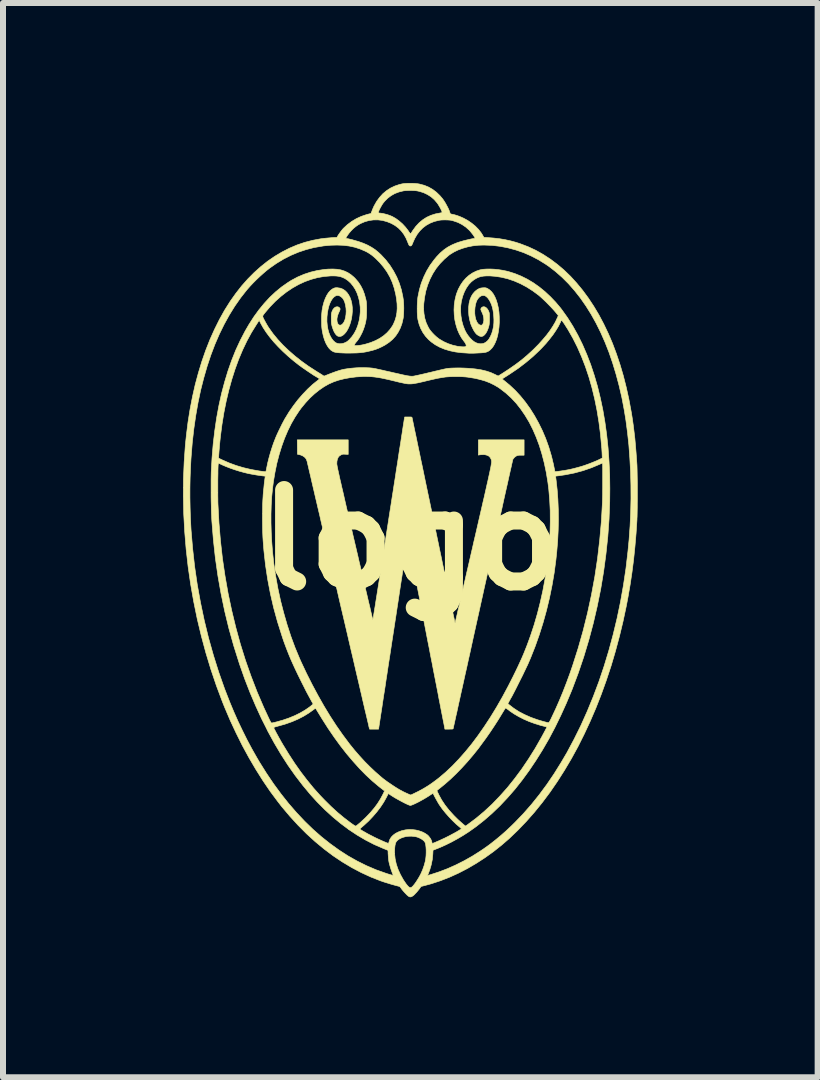
<source format=kicad_pcb>
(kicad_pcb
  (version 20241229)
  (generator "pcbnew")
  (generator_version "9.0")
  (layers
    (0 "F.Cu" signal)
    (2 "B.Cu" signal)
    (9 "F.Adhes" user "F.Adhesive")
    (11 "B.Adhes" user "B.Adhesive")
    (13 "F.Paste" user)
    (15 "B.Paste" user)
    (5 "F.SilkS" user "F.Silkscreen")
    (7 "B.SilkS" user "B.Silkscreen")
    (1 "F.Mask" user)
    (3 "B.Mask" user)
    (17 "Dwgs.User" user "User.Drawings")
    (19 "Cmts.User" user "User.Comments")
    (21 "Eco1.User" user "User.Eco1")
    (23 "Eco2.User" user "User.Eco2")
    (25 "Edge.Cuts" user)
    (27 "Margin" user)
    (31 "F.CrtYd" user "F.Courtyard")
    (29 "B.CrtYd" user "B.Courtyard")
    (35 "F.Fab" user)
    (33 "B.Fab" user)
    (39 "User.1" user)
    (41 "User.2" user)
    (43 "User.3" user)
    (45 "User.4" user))
  (footprint "logo"
    (layer "F.Cu")
    (at 3.789 5.951)
    (property "Reference" "logo" (at 0 0 0) (layer "F.SilkS") (effects (font (size 1.524 1.524) (thickness 0.3))))
    (attr through_hole)
    (fp_poly (pts (xy -0.01 -2.052) (xy 0.008 -2.052) (xy 0.019 -2.05) (xy 0.024 -2.048) (xy 0.027 -2.044) (xy 0.027 -2.043) (xy 0.029 -2.038) (xy 0.032 -2.023) (xy 0.037 -1.998) (xy 0.044 -1.965) (xy 0.053 -1.923) (xy 0.063 -1.873) (xy 0.075 -1.816) (xy 0.089 -1.751) (xy 0.104 -1.679) (xy 0.12 -1.6) (xy 0.138 -1.515) (xy 0.157 -1.424) (xy 0.177 -1.327) (xy 0.199 -1.225) (xy 0.221 -1.119) (xy 0.244 -1.007) (xy 0.268 -0.892) (xy 0.293 -0.773) (xy 0.319 -0.65) (xy 0.345 -0.525) (xy 0.372 -0.397) (xy 0.384 -0.34) (xy 0.411 -0.211) (xy 0.437 -0.084) (xy 0.463 0.04) (xy 0.488 0.161) (xy 0.513 0.278) (xy 0.536 0.391) (xy 0.559 0.5) (xy 0.581 0.604) (xy 0.602 0.704) (xy 0.621 0.797) (xy 0.64 0.885) (xy 0.657 0.967) (xy 0.673 1.043) (xy 0.687 1.111) (xy 0.7 1.172) (xy 0.711 1.226) (xy 0.721 1.272) (xy 0.729 1.309) (xy 0.735 1.338) (xy 0.739 1.357) (xy 0.741 1.368) (xy 0.741 1.369) (xy 0.744 1.377) (xy 0.745 1.379) (xy 0.748 1.372) (xy 0.751 1.359) (xy 0.752 1.352) (xy 0.756 1.335) (xy 0.762 1.31) (xy 0.77 1.275) (xy 0.78 1.233) (xy 0.791 1.182) (xy 0.805 1.125) (xy 0.82 1.06) (xy 0.836 0.989) (xy 0.854 0.912) (xy 0.873 0.829) (xy 0.893 0.741) (xy 0.915 0.648) (xy 0.937 0.55) (xy 0.961 0.449) (xy 0.985 0.344) (xy 1.01 0.235) (xy 1.036 0.124) (xy 1.054 0.043) (xy 1.086 -0.093) (xy 1.115 -0.219) (xy 1.142 -0.337) (xy 1.167 -0.445) (xy 1.19 -0.545) (xy 1.211 -0.637) (xy 1.231 -0.721) (xy 1.248 -0.798) (xy 1.264 -0.868) (xy 1.278 -0.931) (xy 1.291 -0.987) (xy 1.302 -1.038) (xy 1.312 -1.084) (xy 1.321 -1.124) (xy 1.328 -1.159) (xy 1.335 -1.19) (xy 1.34 -1.216) (xy 1.344 -1.239) (xy 1.347 -1.258) (xy 1.35 -1.275) (xy 1.352 -1.288) (xy 1.353 -1.299) (xy 1.353 -1.309) (xy 1.353 -1.316) (xy 1.352 -1.323) (xy 1.351 -1.328) (xy 1.35 -1.333) (xy 1.349 -1.338) (xy 1.347 -1.343) (xy 1.347 -1.344) (xy 1.332 -1.374) (xy 1.31 -1.398) (xy 1.28 -1.414) (xy 1.244 -1.423) (xy 1.217 -1.425) (xy 1.194 -1.424) (xy 1.172 -1.423) (xy 1.155 -1.421) (xy 1.154 -1.421) (xy 1.133 -1.417) (xy 1.133 -1.671) (xy 1.895 -1.671) (xy 1.895 -1.543) (xy 1.895 -1.415) (xy 1.843 -1.415) (xy 1.818 -1.415) (xy 1.801 -1.413) (xy 1.787 -1.411) (xy 1.775 -1.406) (xy 1.764 -1.401) (xy 1.735 -1.38) (xy 1.712 -1.351) (xy 1.707 -1.343) (xy 1.706 -1.337) (xy 1.702 -1.322) (xy 1.697 -1.297) (xy 1.689 -1.264) (xy 1.68 -1.221) (xy 1.668 -1.171) (xy 1.655 -1.112) (xy 1.64 -1.046) (xy 1.624 -0.972) (xy 1.606 -0.892) (xy 1.586 -0.804) (xy 1.565 -0.71) (xy 1.543 -0.61) (xy 1.52 -0.504) (xy 1.495 -0.393) (xy 1.469 -0.276) (xy 1.442 -0.154) (xy 1.414 -0.028) (xy 1.385 0.102) (xy 1.355 0.236) (xy 1.325 0.374) (xy 1.294 0.515) (xy 1.262 0.659) (xy 1.229 0.806) (xy 1.209 0.898) (xy 1.176 1.046) (xy 1.144 1.192) (xy 1.112 1.335) (xy 1.081 1.475) (xy 1.051 1.611) (xy 1.022 1.744) (xy 0.994 1.873) (xy 0.966 1.997) (xy 0.94 2.117) (xy 0.914 2.231) (xy 0.89 2.341) (xy 0.867 2.445) (xy 0.845 2.542) (xy 0.825 2.634) (xy 0.806 2.719) (xy 0.789 2.797) (xy 0.774 2.868) (xy 0.759 2.931) (xy 0.747 2.987) (xy 0.737 3.034) (xy 0.728 3.073) (xy 0.721 3.103) (xy 0.717 3.124) (xy 0.714 3.136) (xy 0.714 3.138) (xy 0.712 3.143) (xy 0.709 3.146) (xy 0.703 3.148) (xy 0.692 3.149) (xy 0.674 3.149) (xy 0.648 3.15) (xy 0.643 3.15) (xy 0.575 3.15) (xy 0.567 3.108) (xy 0.566 3.099) (xy 0.562 3.081) (xy 0.557 3.054) (xy 0.55 3.019) (xy 0.541 2.974) (xy 0.531 2.922) (xy 0.519 2.862) (xy 0.506 2.795) (xy 0.492 2.721) (xy 0.476 2.641) (xy 0.46 2.554) (xy 0.442 2.462) (xy 0.423 2.365) (xy 0.403 2.263) (xy 0.382 2.156) (xy 0.361 2.045) (xy 0.338 1.931) (xy 0.316 1.813) (xy 0.292 1.693) (xy 0.268 1.569) (xy 0.259 1.522) (xy 0.235 1.398) (xy 0.211 1.277) (xy 0.188 1.159) (xy 0.166 1.045) (xy 0.145 0.934) (xy 0.124 0.827) (xy 0.104 0.725) (xy 0.085 0.628) (xy 0.067 0.535) (xy 0.05 0.449) (xy 0.034 0.368) (xy 0.02 0.294) (xy 0.007 0.227) (xy -0.005 0.167) (xy -0.016 0.114) (xy -0.024 0.069) (xy -0.032 0.033) (xy -0.037 0.005) (xy -0.041 -0.014) (xy -0.043 -0.023) (xy -0.043 -0.024) (xy -0.043 -0.025) (xy -0.043 -0.026) (xy -0.043 -0.028) (xy -0.043 -0.029) (xy -0.043 -0.03) (xy -0.043 -0.03) (xy -0.044 -0.028) (xy -0.044 -0.026) (xy -0.045 -0.021) (xy -0.046 -0.014) (xy -0.048 -0.005) (xy -0.05 0.007) (xy -0.052 0.022) (xy -0.055 0.041) (xy -0.059 0.064) (xy -0.063 0.091) (xy -0.068 0.123) (xy -0.073 0.16) (xy -0.08 0.202) (xy -0.087 0.25) (xy -0.095 0.304) (xy -0.105 0.364) (xy -0.115 0.43) (xy -0.126 0.504) (xy -0.138 0.586) (xy -0.152 0.674) (xy -0.167 0.771) (xy -0.183 0.877) (xy -0.2 0.991) (xy -0.219 1.114) (xy -0.239 1.247) (xy -0.254 1.344) (xy -0.272 1.462) (xy -0.29 1.579) (xy -0.308 1.695) (xy -0.325 1.808) (xy -0.342 1.92) (xy -0.359 2.028) (xy -0.375 2.132) (xy -0.39 2.233) (xy -0.405 2.329) (xy -0.418 2.419) (xy -0.431 2.504) (xy -0.444 2.583) (xy -0.455 2.656) (xy -0.465 2.721) (xy -0.473 2.778) (xy -0.481 2.828) (xy -0.487 2.868) (xy -0.492 2.899) (xy -0.494 2.912) (xy -0.53 3.15) (xy -0.68 3.15) (xy -0.685 3.131) (xy -0.687 3.124) (xy -0.691 3.109) (xy -0.696 3.084) (xy -0.704 3.05) (xy -0.714 3.007) (xy -0.726 2.956) (xy -0.74 2.897) (xy -0.756 2.831) (xy -0.773 2.757) (xy -0.792 2.676) (xy -0.812 2.588) (xy -0.834 2.494) (xy -0.857 2.394) (xy -0.882 2.288) (xy -0.908 2.177) (xy -0.935 2.06) (xy -0.963 1.939) (xy -0.993 1.813) (xy -1.023 1.683) (xy -1.054 1.549) (xy -1.086 1.412) (xy -1.119 1.271) (xy -1.153 1.127) (xy -1.187 0.981) (xy -1.204 0.907) (xy -1.238 0.759) (xy -1.272 0.614) (xy -1.305 0.472) (xy -1.338 0.333) (xy -1.369 0.197) (xy -1.4 0.065) (xy -1.43 -0.063) (xy -1.459 -0.187) (xy -1.487 -0.306) (xy -1.513 -0.421) (xy -1.539 -0.53) (xy -1.563 -0.633) (xy -1.586 -0.731) (xy -1.607 -0.822) (xy -1.627 -0.907) (xy -1.645 -0.984) (xy -1.661 -1.055) (xy -1.676 -1.118) (xy -1.689 -1.173) (xy -1.7 -1.221) (xy -1.709 -1.259) (xy -1.716 -1.289) (xy -1.721 -1.31) (xy -1.724 -1.321) (xy -1.725 -1.323) (xy -1.738 -1.354) (xy -1.761 -1.381) (xy -1.791 -1.402) (xy -1.827 -1.418) (xy -1.85 -1.424) (xy -1.882 -1.431) (xy -1.885 -1.671) (xy -1.036 -1.671) (xy -1.036 -1.428) (xy -1.081 -1.431) (xy -1.104 -1.432) (xy -1.12 -1.432) (xy -1.133 -1.43) (xy -1.146 -1.425) (xy -1.154 -1.421) (xy -1.182 -1.404) (xy -1.202 -1.381) (xy -1.216 -1.35) (xy -1.224 -1.313) (xy -1.226 -1.28) (xy -1.226 -1.275) (xy -1.226 -1.269) (xy -1.225 -1.262) (xy -1.224 -1.254) (xy -1.222 -1.244) (xy -1.22 -1.231) (xy -1.217 -1.216) (xy -1.213 -1.197) (xy -1.209 -1.175) (xy -1.203 -1.15) (xy -1.197 -1.12) (xy -1.189 -1.086) (xy -1.181 -1.047) (xy -1.171 -1.003) (xy -1.159 -0.954) (xy -1.147 -0.898) (xy -1.132 -0.836) (xy -1.116 -0.768) (xy -1.099 -0.692) (xy -1.08 -0.609) (xy -1.059 -0.518) (xy -1.036 -0.419) (xy -1.01 -0.312) (xy -0.983 -0.196) (xy -0.954 -0.07) (xy -0.928 0.041) (xy -0.902 0.152) (xy -0.876 0.262) (xy -0.852 0.368) (xy -0.827 0.471) (xy -0.804 0.57) (xy -0.782 0.665) (xy -0.761 0.756) (xy -0.741 0.841) (xy -0.722 0.921) (xy -0.705 0.995) (xy -0.689 1.062) (xy -0.674 1.123) (xy -0.662 1.177) (xy -0.651 1.223) (xy -0.642 1.262) (xy -0.635 1.292) (xy -0.63 1.313) (xy -0.627 1.325) (xy -0.626 1.328) (xy -0.625 1.323) (xy -0.622 1.309) (xy -0.618 1.286) (xy -0.613 1.253) (xy -0.606 1.212) (xy -0.598 1.162) (xy -0.588 1.103) (xy -0.578 1.037) (xy -0.566 0.963) (xy -0.553 0.881) (xy -0.539 0.792) (xy -0.524 0.697) (xy -0.508 0.594) (xy -0.491 0.486) (xy -0.473 0.371) (xy -0.454 0.25) (xy -0.434 0.124) (xy -0.414 -0.007) (xy -0.393 -0.143) (xy -0.371 -0.283) (xy -0.364 -0.329) (xy -0.344 -0.458) (xy -0.324 -0.584) (xy -0.305 -0.708) (xy -0.286 -0.828) (xy -0.268 -0.945) (xy -0.25 -1.058) (xy -0.234 -1.167) (xy -0.217 -1.271) (xy -0.202 -1.37) (xy -0.188 -1.463) (xy -0.174 -1.551) (xy -0.161 -1.632) (xy -0.15 -1.707) (xy -0.139 -1.775) (xy -0.13 -1.835) (xy -0.122 -1.888) (xy -0.115 -1.933) (xy -0.109 -1.969) (xy -0.105 -1.996) (xy -0.102 -2.014) (xy -0.1 -2.023) (xy -0.1 -2.023) (xy -0.095 -2.052) (xy -0.035 -2.052) (xy -0.01 -2.052)) (stroke (width 0.01) (type solid)) (fill yes) (layer "F.SilkS"))
    (fp_poly (pts (xy 0.027 -5.946) (xy 0.072 -5.944) (xy 0.114 -5.94) (xy 0.148 -5.935) (xy 0.151 -5.934) (xy 0.231 -5.913) (xy 0.304 -5.883) (xy 0.372 -5.844) (xy 0.434 -5.797) (xy 0.492 -5.741) (xy 0.539 -5.685) (xy 0.561 -5.653) (xy 0.584 -5.616) (xy 0.606 -5.576) (xy 0.627 -5.536) (xy 0.644 -5.499) (xy 0.654 -5.47) (xy 0.66 -5.454) (xy 0.664 -5.442) (xy 0.666 -5.438) (xy 0.672 -5.436) (xy 0.685 -5.433) (xy 0.699 -5.43) (xy 0.739 -5.421) (xy 0.785 -5.407) (xy 0.832 -5.389) (xy 0.877 -5.369) (xy 0.882 -5.367) (xy 0.954 -5.328) (xy 1.021 -5.282) (xy 1.082 -5.232) (xy 1.136 -5.177) (xy 1.181 -5.119) (xy 1.202 -5.085) (xy 1.225 -5.045) (xy 1.279 -5.042) (xy 1.386 -5.034) (xy 1.484 -5.023) (xy 1.578 -5.007) (xy 1.669 -4.987) (xy 1.758 -4.963) (xy 1.831 -4.939) (xy 1.962 -4.889) (xy 2.089 -4.83) (xy 2.212 -4.761) (xy 2.332 -4.683) (xy 2.448 -4.596) (xy 2.56 -4.501) (xy 2.668 -4.397) (xy 2.771 -4.284) (xy 2.87 -4.164) (xy 2.965 -4.035) (xy 3.055 -3.899) (xy 3.141 -3.755) (xy 3.221 -3.604) (xy 3.297 -3.445) (xy 3.368 -3.279) (xy 3.433 -3.106) (xy 3.493 -2.927) (xy 3.548 -2.741) (xy 3.597 -2.548) (xy 3.641 -2.349) (xy 3.679 -2.144) (xy 3.683 -2.123) (xy 3.7 -2.016) (xy 3.715 -1.91) (xy 3.728 -1.803) (xy 3.741 -1.693) (xy 3.751 -1.58) (xy 3.761 -1.46) (xy 3.77 -1.334) (xy 3.776 -1.25) (xy 3.777 -1.218) (xy 3.778 -1.177) (xy 3.779 -1.129) (xy 3.78 -1.074) (xy 3.781 -1.014) (xy 3.782 -0.95) (xy 3.782 -0.883) (xy 3.782 -0.814) (xy 3.782 -0.745) (xy 3.782 -0.677) (xy 3.781 -0.61) (xy 3.781 -0.547) (xy 3.78 -0.489) (xy 3.779 -0.436) (xy 3.778 -0.39) (xy 3.776 -0.353) (xy 3.776 -0.338) (xy 3.761 -0.11) (xy 3.742 0.111) (xy 3.72 0.325) (xy 3.693 0.536) (xy 3.662 0.744) (xy 3.626 0.953) (xy 3.599 1.095) (xy 3.544 1.353) (xy 3.483 1.606) (xy 3.416 1.855) (xy 3.344 2.098) (xy 3.265 2.337) (xy 3.181 2.57) (xy 3.092 2.797) (xy 2.997 3.018) (xy 2.897 3.233) (xy 2.793 3.441) (xy 2.683 3.642) (xy 2.568 3.836) (xy 2.449 4.023) (xy 2.326 4.202) (xy 2.198 4.373) (xy 2.066 4.536) (xy 1.93 4.69) (xy 1.79 4.836) (xy 1.647 4.973) (xy 1.52 5.083) (xy 1.383 5.192) (xy 1.242 5.293) (xy 1.097 5.387) (xy 0.95 5.473) (xy 0.801 5.55) (xy 0.651 5.618) (xy 0.499 5.677) (xy 0.348 5.727) (xy 0.241 5.756) (xy 0.177 5.772) (xy 0.162 5.795) (xy 0.145 5.818) (xy 0.124 5.844) (xy 0.103 5.869) (xy 0.081 5.892) (xy 0.062 5.912) (xy 0.047 5.925) (xy 0.046 5.925) (xy 0.024 5.94) (xy 0.005 5.946) (xy -0.012 5.945) (xy -0.026 5.939) (xy -0.039 5.929) (xy -0.057 5.914) (xy -0.077 5.893) (xy -0.099 5.87) (xy -0.12 5.846) (xy -0.14 5.822) (xy -0.15 5.808) (xy -0.163 5.79) (xy -0.172 5.779) (xy -0.181 5.773) (xy -0.192 5.769) (xy -0.203 5.766) (xy -0.228 5.76) (xy -0.26 5.751) (xy -0.297 5.741) (xy -0.338 5.729) (xy -0.379 5.716) (xy -0.419 5.704) (xy -0.456 5.692) (xy -0.487 5.681) (xy -0.492 5.68) (xy -0.657 5.615) (xy -0.82 5.54) (xy -0.979 5.456) (xy -1.136 5.362) (xy -1.29 5.259) (xy -1.44 5.146) (xy -1.587 5.024) (xy -1.732 4.892) (xy -1.873 4.75) (xy -2.01 4.6) (xy -2.145 4.44) (xy -2.21 4.356) (xy -2.336 4.187) (xy -2.457 4.009) (xy -2.575 3.822) (xy -2.689 3.628) (xy -2.799 3.426) (xy -2.903 3.217) (xy -3.003 3.003) (xy -3.097 2.782) (xy -3.132 2.695) (xy -3.232 2.428) (xy -3.324 2.156) (xy -3.408 1.879) (xy -3.484 1.597) (xy -3.552 1.313) (xy -3.611 1.025) (xy -3.662 0.735) (xy -3.704 0.444) (xy -3.737 0.151) (xy -3.761 -0.141) (xy -3.777 -0.433) (xy -3.783 -0.706) (xy -3.674 -0.706) (xy -3.671 -0.541) (xy -3.666 -0.379) (xy -3.658 -0.222) (xy -3.655 -0.168) (xy -3.629 0.139) (xy -3.595 0.444) (xy -3.551 0.745) (xy -3.497 1.044) (xy -3.435 1.339) (xy -3.364 1.63) (xy -3.283 1.918) (xy -3.194 2.201) (xy -3.096 2.479) (xy -3.009 2.702) (xy -2.944 2.858) (xy -2.874 3.016) (xy -2.799 3.173) (xy -2.722 3.328) (xy -2.642 3.478) (xy -2.561 3.621) (xy -2.517 3.696) (xy -2.4 3.883) (xy -2.28 4.061) (xy -2.155 4.231) (xy -2.027 4.392) (xy -1.896 4.543) (xy -1.761 4.686) (xy -1.623 4.82) (xy -1.482 4.944) (xy -1.337 5.059) (xy -1.19 5.165) (xy -1.04 5.262) (xy -0.886 5.349) (xy -0.731 5.426) (xy -0.572 5.494) (xy -0.411 5.551) (xy -0.378 5.562) (xy -0.351 5.57) (xy -0.326 5.578) (xy -0.307 5.583) (xy -0.295 5.587) (xy -0.291 5.588) (xy -0.288 5.585) (xy -0.29 5.577) (xy -0.293 5.569) (xy -0.303 5.543) (xy -0.315 5.51) (xy -0.327 5.474) (xy -0.338 5.437) (xy -0.348 5.402) (xy -0.355 5.373) (xy -0.356 5.37) (xy -0.361 5.341) (xy -0.365 5.307) (xy -0.368 5.27) (xy -0.37 5.243) (xy -0.373 5.176) (xy -0.263 5.176) (xy -0.263 5.221) (xy -0.263 5.225) (xy -0.254 5.312) (xy -0.235 5.399) (xy -0.206 5.485) (xy -0.167 5.571) (xy -0.12 5.656) (xy -0.101 5.685) (xy -0.076 5.722) (xy -0.054 5.75) (xy -0.036 5.771) (xy -0.02 5.784) (xy -0.006 5.791) (xy 0.007 5.79) (xy 0.021 5.784) (xy 0.035 5.772) (xy 0.041 5.766) (xy 0.058 5.746) (xy 0.079 5.719) (xy 0.101 5.687) (xy 0.123 5.652) (xy 0.145 5.616) (xy 0.164 5.581) (xy 0.174 5.562) (xy 0.204 5.494) (xy 0.229 5.423) (xy 0.248 5.353) (xy 0.249 5.349) (xy 0.256 5.307) (xy 0.261 5.26) (xy 0.263 5.211) (xy 0.263 5.162) (xy 0.26 5.116) (xy 0.255 5.075) (xy 0.249 5.049) (xy 0.238 5.027) (xy 0.219 5.006) (xy 0.192 4.986) (xy 0.16 4.968) (xy 0.123 4.952) (xy 0.099 4.945) (xy 0.08 4.941) (xy 0.055 4.938) (xy 0.029 4.935) (xy 0.017 4.934) (xy -0.028 4.935) (xy -0.073 4.94) (xy -0.115 4.951) (xy -0.154 4.965) (xy -0.188 4.983) (xy -0.216 5.004) (xy -0.236 5.027) (xy -0.248 5.052) (xy -0.248 5.053) (xy -0.256 5.088) (xy -0.261 5.131) (xy -0.263 5.176) (xy -0.373 5.176) (xy -0.373 5.17) (xy -0.459 5.135) (xy -0.604 5.072) (xy -0.747 4.998) (xy -0.888 4.915) (xy -1.027 4.823) (xy -1.037 4.815) (xy -0.839 4.815) (xy -0.837 4.819) (xy -0.827 4.826) (xy -0.81 4.837) (xy -0.786 4.852) (xy -0.756 4.868) (xy -0.724 4.887) (xy -0.689 4.906) (xy -0.653 4.924) (xy -0.618 4.942) (xy -0.607 4.948) (xy -0.578 4.962) (xy -0.547 4.977) (xy -0.514 4.992) (xy -0.481 5.007) (xy -0.45 5.021) (xy -0.421 5.033) (xy -0.397 5.043) (xy -0.378 5.05) (xy -0.367 5.054) (xy -0.365 5.054) (xy -0.363 5.05) (xy -0.359 5.039) (xy -0.356 5.028) (xy -0.342 4.987) (xy -0.319 4.95) (xy -0.287 4.917) (xy -0.247 4.887) (xy -0.199 4.863) (xy -0.145 4.843) (xy -0.084 4.829) (xy -0.076 4.828) (xy -0.023 4.823) (xy 0.033 4.824) (xy 0.09 4.831) (xy 0.144 4.844) (xy 0.196 4.862) (xy 0.242 4.885) (xy 0.281 4.911) (xy 0.296 4.924) (xy 0.318 4.95) (xy 0.338 4.979) (xy 0.352 5.009) (xy 0.359 5.034) (xy 0.361 5.047) (xy 0.363 5.054) (xy 0.364 5.055) (xy 0.372 5.053) (xy 0.388 5.047) (xy 0.411 5.038) (xy 0.438 5.026) (xy 0.469 5.013) (xy 0.502 4.998) (xy 0.536 4.982) (xy 0.569 4.967) (xy 0.597 4.953) (xy 0.629 4.937) (xy 0.662 4.92) (xy 0.697 4.901) (xy 0.731 4.883) (xy 0.764 4.865) (xy 0.793 4.848) (xy 0.817 4.833) (xy 0.836 4.822) (xy 0.848 4.813) (xy 0.849 4.812) (xy 0.847 4.807) (xy 0.839 4.798) (xy 0.826 4.786) (xy 0.823 4.784) (xy 0.762 4.732) (xy 0.701 4.673) (xy 0.641 4.61) (xy 0.583 4.544) (xy 0.531 4.479) (xy 0.486 4.415) (xy 0.483 4.412) (xy 0.472 4.393) (xy 0.458 4.37) (xy 0.443 4.343) (xy 0.427 4.315) (xy 0.412 4.287) (xy 0.399 4.262) (xy 0.388 4.241) (xy 0.382 4.226) (xy 0.38 4.222) (xy 0.375 4.222) (xy 0.363 4.228) (xy 0.343 4.24) (xy 0.322 4.254) (xy 0.291 4.274) (xy 0.255 4.296) (xy 0.218 4.318) (xy 0.18 4.339) (xy 0.142 4.36) (xy 0.106 4.378) (xy 0.073 4.394) (xy 0.044 4.407) (xy 0.021 4.416) (xy 0.004 4.421) (xy -0.000433 4.421) (xy -0.012 4.419) (xy -0.031 4.412) (xy -0.056 4.401) (xy -0.086 4.387) (xy -0.119 4.37) (xy -0.155 4.351) (xy -0.192 4.331) (xy -0.228 4.311) (xy -0.263 4.291) (xy -0.295 4.271) (xy -0.323 4.253) (xy -0.335 4.245) (xy -0.367 4.223) (xy -0.401 4.29) (xy -0.445 4.369) (xy -0.498 4.449) (xy -0.559 4.529) (xy -0.626 4.607) (xy -0.698 4.683) (xy -0.775 4.754) (xy -0.794 4.77) (xy -0.815 4.788) (xy -0.829 4.801) (xy -0.836 4.809) (xy -0.839 4.815) (xy -1.037 4.815) (xy -1.163 4.721) (xy -1.297 4.61) (xy -1.428 4.49) (xy -1.556 4.361) (xy -1.664 4.242) (xy -1.793 4.087) (xy -1.919 3.923) (xy -2.04 3.751) (xy -2.157 3.569) (xy -2.269 3.38) (xy -2.377 3.182) (xy -2.404 3.126) (xy -2.278 3.126) (xy -2.275 3.133) (xy -2.268 3.148) (xy -2.257 3.168) (xy -2.244 3.194) (xy -2.228 3.224) (xy -2.21 3.256) (xy -2.192 3.29) (xy -2.173 3.323) (xy -2.155 3.356) (xy -2.137 3.386) (xy -2.128 3.402) (xy -2.029 3.564) (xy -1.929 3.718) (xy -1.827 3.863) (xy -1.722 4) (xy -1.615 4.131) (xy -1.504 4.255) (xy -1.427 4.335) (xy -1.32 4.441) (xy -1.214 4.538) (xy -1.108 4.626) (xy -1.001 4.708) (xy -0.979 4.724) (xy -0.953 4.742) (xy -0.935 4.754) (xy -0.922 4.761) (xy -0.913 4.765) (xy -0.908 4.765) (xy -0.905 4.764) (xy -0.898 4.758) (xy -0.885 4.748) (xy -0.868 4.734) (xy -0.851 4.72) (xy -0.832 4.704) (xy -0.809 4.682) (xy -0.783 4.658) (xy -0.755 4.632) (xy -0.731 4.608) (xy -0.661 4.534) (xy -0.6 4.462) (xy -0.547 4.39) (xy -0.501 4.317) (xy -0.463 4.247) (xy -0.43 4.179) (xy -0.444 4.169) (xy -0.453 4.162) (xy -0.468 4.15) (xy -0.488 4.135) (xy -0.511 4.117) (xy -0.526 4.105) (xy -0.633 4.015) (xy -0.74 3.916) (xy -0.847 3.807) (xy -0.953 3.689) (xy -1.06 3.563) (xy -1.165 3.429) (xy -1.269 3.286) (xy -1.371 3.137) (xy -1.471 2.98) (xy -1.521 2.898) (xy -1.538 2.871) (xy -1.553 2.846) (xy -1.565 2.826) (xy -1.574 2.811) (xy -1.579 2.804) (xy -1.58 2.803) (xy -1.585 2.804) (xy -1.595 2.811) (xy -1.61 2.822) (xy -1.618 2.828) (xy -1.695 2.883) (xy -1.78 2.935) (xy -1.873 2.983) (xy -1.973 3.026) (xy -2.08 3.064) (xy -2.191 3.096) (xy -2.2 3.098) (xy -2.231 3.107) (xy -2.253 3.113) (xy -2.268 3.119) (xy -2.276 3.123) (xy -2.278 3.126) (xy -2.404 3.126) (xy -2.48 2.976) (xy -2.578 2.762) (xy -2.672 2.541) (xy -2.761 2.312) (xy -2.844 2.076) (xy -2.855 2.042) (xy -2.944 1.76) (xy -3.024 1.474) (xy -3.094 1.186) (xy -3.155 0.894) (xy -3.207 0.599) (xy -3.25 0.299) (xy -3.283 -0.005) (xy -3.308 -0.313) (xy -3.31 -0.345) (xy -3.312 -0.393) (xy -3.315 -0.449) (xy -3.317 -0.511) (xy -3.318 -0.579) (xy -3.32 -0.651) (xy -3.321 -0.725) (xy -3.321 -0.8) (xy -3.321 -0.842) (xy -3.209 -0.842) (xy -3.209 -0.788) (xy -3.209 -0.737) (xy -3.208 -0.688) (xy -3.208 -0.645) (xy -3.207 -0.607) (xy -3.206 -0.587) (xy -3.19 -0.287) (xy -3.165 0.011) (xy -3.132 0.306) (xy -3.089 0.598) (xy -3.038 0.887) (xy -2.978 1.172) (xy -2.91 1.453) (xy -2.834 1.73) (xy -2.749 2.002) (xy -2.655 2.269) (xy -2.554 2.531) (xy -2.444 2.787) (xy -2.36 2.968) (xy -2.345 2.999) (xy -2.333 3.022) (xy -2.324 3.037) (xy -2.317 3.046) (xy -2.313 3.048) (xy -2.305 3.047) (xy -2.289 3.043) (xy -2.267 3.039) (xy -2.242 3.032) (xy -2.233 3.03) (xy -2.126 3) (xy -2.024 2.965) (xy -1.927 2.925) (xy -1.838 2.881) (xy -1.757 2.834) (xy -1.684 2.784) (xy -1.655 2.761) (xy -1.62 2.732) (xy -1.642 2.693) (xy -1.671 2.64) (xy -1.697 2.592) (xy -1.722 2.546) (xy -1.746 2.5) (xy -1.77 2.451) (xy -1.797 2.398) (xy -1.825 2.342) (xy -1.873 2.245) (xy -1.916 2.155) (xy -1.955 2.07) (xy -1.991 1.99) (xy -2.024 1.911) (xy -2.055 1.833) (xy -2.085 1.754) (xy -2.115 1.672) (xy -2.141 1.593) (xy -2.215 1.359) (xy -2.279 1.126) (xy -2.333 0.892) (xy -2.378 0.656) (xy -2.414 0.418) (xy -2.441 0.176) (xy -2.454 0.013) (xy -2.458 -0.052) (xy -2.461 -0.124) (xy -2.463 -0.201) (xy -2.464 -0.281) (xy -2.464 -0.287) (xy -2.323 -0.287) (xy -2.319 -0.134) (xy -2.311 0.021) (xy -2.299 0.176) (xy -2.298 0.188) (xy -2.276 0.392) (xy -2.245 0.598) (xy -2.208 0.804) (xy -2.164 1.008) (xy -2.112 1.21) (xy -2.055 1.408) (xy -1.992 1.602) (xy -1.923 1.789) (xy -1.848 1.969) (xy -1.82 2.032) (xy -1.73 2.223) (xy -1.636 2.409) (xy -1.539 2.59) (xy -1.44 2.765) (xy -1.338 2.933) (xy -1.234 3.093) (xy -1.128 3.245) (xy -1.022 3.387) (xy -1.013 3.399) (xy -0.932 3.499) (xy -0.847 3.597) (xy -0.76 3.692) (xy -0.671 3.781) (xy -0.583 3.864) (xy -0.496 3.94) (xy -0.458 3.972) (xy -0.425 3.997) (xy -0.386 4.026) (xy -0.343 4.055) (xy -0.299 4.085) (xy -0.255 4.114) (xy -0.215 4.139) (xy -0.18 4.16) (xy -0.174 4.163) (xy -0.149 4.176) (xy -0.122 4.191) (xy -0.093 4.205) (xy -0.065 4.218) (xy -0.04 4.229) (xy -0.019 4.239) (xy -0.003 4.245) (xy 0.005 4.247) (xy 0.012 4.245) (xy 0.026 4.239) (xy 0.047 4.229) (xy 0.072 4.217) (xy 0.1 4.203) (xy 0.109 4.199) (xy 0.156 4.175) (xy 0.442 4.175) (xy 0.444 4.18) (xy 0.45 4.193) (xy 0.459 4.212) (xy 0.47 4.235) (xy 0.474 4.244) (xy 0.521 4.33) (xy 0.578 4.416) (xy 0.645 4.501) (xy 0.722 4.586) (xy 0.785 4.649) (xy 0.801 4.664) (xy 0.82 4.681) (xy 0.841 4.7) (xy 0.862 4.718) (xy 0.881 4.735) (xy 0.898 4.749) (xy 0.911 4.759) (xy 0.918 4.765) (xy 0.919 4.765) (xy 0.924 4.762) (xy 0.934 4.755) (xy 0.949 4.745) (xy 0.954 4.741) (xy 1.093 4.637) (xy 1.228 4.524) (xy 1.361 4.401) (xy 1.489 4.268) (xy 1.615 4.127) (xy 1.736 3.976) (xy 1.855 3.816) (xy 1.969 3.647) (xy 2.08 3.47) (xy 2.186 3.284) (xy 2.24 3.184) (xy 2.276 3.114) (xy 2.262 3.111) (xy 2.165 3.086) (xy 2.069 3.056) (xy 1.976 3.022) (xy 1.887 2.983) (xy 1.803 2.94) (xy 1.726 2.895) (xy 1.657 2.848) (xy 1.636 2.831) (xy 1.617 2.817) (xy 1.601 2.806) (xy 1.59 2.799) (xy 1.585 2.797) (xy 1.585 2.797) (xy 1.581 2.803) (xy 1.573 2.816) (xy 1.561 2.835) (xy 1.547 2.858) (xy 1.53 2.886) (xy 1.521 2.901) (xy 1.461 2.999) (xy 1.396 3.1) (xy 1.328 3.202) (xy 1.259 3.301) (xy 1.19 3.395) (xy 1.132 3.474) (xy 1.042 3.586) (xy 0.95 3.694) (xy 0.857 3.796) (xy 0.763 3.893) (xy 0.669 3.983) (xy 0.577 4.064) (xy 0.496 4.13) (xy 0.476 4.145) (xy 0.46 4.159) (xy 0.448 4.169) (xy 0.442 4.174) (xy 0.442 4.175) (xy 0.156 4.175) (xy 0.179 4.163) (xy 0.243 4.126) (xy 0.306 4.087) (xy 0.368 4.044) (xy 0.433 3.996) (xy 0.483 3.957) (xy 0.592 3.864) (xy 0.7 3.762) (xy 0.808 3.649) (xy 0.915 3.528) (xy 1.022 3.397) (xy 1.127 3.257) (xy 1.231 3.108) (xy 1.334 2.951) (xy 1.435 2.786) (xy 1.47 2.725) (xy 1.624 2.725) (xy 1.644 2.742) (xy 1.722 2.802) (xy 1.808 2.858) (xy 1.904 2.908) (xy 2.008 2.954) (xy 2.12 2.994) (xy 2.224 3.025) (xy 2.249 3.031) (xy 2.272 3.037) (xy 2.289 3.041) (xy 2.3 3.043) (xy 2.3 3.043) (xy 2.305 3.042) (xy 2.309 3.038) (xy 2.315 3.031) (xy 2.322 3.019) (xy 2.332 3.001) (xy 2.345 2.976) (xy 2.358 2.948) (xy 2.42 2.816) (xy 2.482 2.675) (xy 2.543 2.528) (xy 2.602 2.376) (xy 2.659 2.221) (xy 2.703 2.093) (xy 2.795 1.805) (xy 2.878 1.513) (xy 2.952 1.216) (xy 3.017 0.916) (xy 3.073 0.613) (xy 3.119 0.306) (xy 3.155 -0.003) (xy 3.183 -0.315) (xy 3.2 -0.622) (xy 3.201 -0.649) (xy 3.202 -0.682) (xy 3.203 -0.722) (xy 3.204 -0.765) (xy 3.204 -0.813) (xy 3.205 -0.863) (xy 3.205 -0.914) (xy 3.205 -0.966) (xy 3.205 -1.017) (xy 3.205 -1.066) (xy 3.205 -1.113) (xy 3.205 -1.155) (xy 3.205 -1.193) (xy 3.204 -1.225) (xy 3.204 -1.25) (xy 3.203 -1.266) (xy 3.202 -1.273) (xy 3.201 -1.278) (xy 3.198 -1.28) (xy 3.191 -1.279) (xy 3.18 -1.275) (xy 3.161 -1.267) (xy 3.155 -1.264) (xy 3.017 -1.206) (xy 2.875 -1.157) (xy 2.73 -1.118) (xy 2.583 -1.089) (xy 2.502 -1.077) (xy 2.475 -1.073) (xy 2.451 -1.07) (xy 2.433 -1.068) (xy 2.423 -1.066) (xy 2.42 -1.065) (xy 2.421 -1.06) (xy 2.422 -1.047) (xy 2.425 -1.027) (xy 2.428 -1.003) (xy 2.429 -0.995) (xy 2.446 -0.84) (xy 2.458 -0.678) (xy 2.465 -0.51) (xy 2.467 -0.338) (xy 2.463 -0.161) (xy 2.454 0.017) (xy 2.439 0.197) (xy 2.425 0.33) (xy 2.397 0.542) (xy 2.361 0.753) (xy 2.318 0.964) (xy 2.268 1.172) (xy 2.211 1.377) (xy 2.148 1.577) (xy 2.079 1.772) (xy 2.005 1.959) (xy 1.956 2.073) (xy 1.939 2.108) (xy 1.919 2.15) (xy 1.896 2.198) (xy 1.871 2.251) (xy 1.843 2.306) (xy 1.815 2.362) (xy 1.787 2.418) (xy 1.76 2.472) (xy 1.734 2.523) (xy 1.71 2.569) (xy 1.689 2.609) (xy 1.673 2.636) (xy 1.624 2.725) (xy 1.47 2.725) (xy 1.534 2.613) (xy 1.631 2.432) (xy 1.712 2.273) (xy 1.754 2.187) (xy 1.792 2.108) (xy 1.826 2.034) (xy 1.858 1.964) (xy 1.887 1.896) (xy 1.914 1.829) (xy 1.941 1.761) (xy 1.967 1.691) (xy 1.994 1.616) (xy 2.002 1.594) (xy 2.062 1.413) (xy 2.116 1.227) (xy 2.164 1.038) (xy 2.207 0.846) (xy 2.243 0.652) (xy 2.273 0.457) (xy 2.297 0.263) (xy 2.315 0.069) (xy 2.327 -0.122) (xy 2.331 -0.31) (xy 2.33 -0.495) (xy 2.321 -0.675) (xy 2.306 -0.849) (xy 2.291 -0.966) (xy 2.264 -1.13) (xy 2.231 -1.286) (xy 2.192 -1.436) (xy 2.148 -1.579) (xy 2.097 -1.715) (xy 2.041 -1.844) (xy 1.98 -1.965) (xy 1.912 -2.078) (xy 1.84 -2.183) (xy 1.763 -2.281) (xy 1.68 -2.37) (xy 1.592 -2.45) (xy 1.499 -2.522) (xy 1.463 -2.547) (xy 1.396 -2.586) (xy 1.325 -2.621) (xy 1.248 -2.651) (xy 1.164 -2.676) (xy 1.111 -2.688) (xy 1.533 -2.688) (xy 1.534 -2.683) (xy 1.543 -2.674) (xy 1.556 -2.663) (xy 1.558 -2.662) (xy 1.653 -2.584) (xy 1.745 -2.498) (xy 1.833 -2.403) (xy 1.916 -2.301) (xy 1.995 -2.191) (xy 2.068 -2.075) (xy 2.136 -1.953) (xy 2.199 -1.825) (xy 2.255 -1.693) (xy 2.304 -1.557) (xy 2.346 -1.417) (xy 2.359 -1.368) (xy 2.365 -1.342) (xy 2.372 -1.312) (xy 2.38 -1.281) (xy 2.387 -1.249) (xy 2.393 -1.218) (xy 2.399 -1.19) (xy 2.404 -1.166) (xy 2.407 -1.15) (xy 2.408 -1.141) (xy 2.413 -1.141) (xy 2.426 -1.142) (xy 2.445 -1.144) (xy 2.47 -1.147) (xy 2.497 -1.151) (xy 2.526 -1.155) (xy 2.554 -1.159) (xy 2.581 -1.163) (xy 2.583 -1.164) (xy 2.644 -1.175) (xy 2.71 -1.19) (xy 2.779 -1.208) (xy 2.847 -1.227) (xy 2.901 -1.244) (xy 2.939 -1.258) (xy 2.981 -1.273) (xy 3.024 -1.29) (xy 3.066 -1.307) (xy 3.105 -1.323) (xy 3.139 -1.339) (xy 3.166 -1.352) (xy 3.172 -1.355) (xy 3.198 -1.369) (xy 3.196 -1.412) (xy 3.195 -1.432) (xy 3.194 -1.458) (xy 3.192 -1.49) (xy 3.19 -1.524) (xy 3.187 -1.554) (xy 3.168 -1.762) (xy 3.142 -1.965) (xy 3.11 -2.162) (xy 3.071 -2.354) (xy 3.026 -2.539) (xy 2.975 -2.718) (xy 2.917 -2.891) (xy 2.853 -3.056) (xy 2.784 -3.214) (xy 2.708 -3.365) (xy 2.627 -3.507) (xy 2.564 -3.606) (xy 2.549 -3.627) (xy 2.536 -3.646) (xy 2.526 -3.66) (xy 2.521 -3.667) (xy 2.52 -3.668) (xy 2.517 -3.663) (xy 2.51 -3.652) (xy 2.502 -3.635) (xy 2.497 -3.624) (xy 2.465 -3.56) (xy 2.424 -3.493) (xy 2.376 -3.422) (xy 2.32 -3.35) (xy 2.26 -3.277) (xy 2.193 -3.205) (xy 2.154 -3.165) (xy 2.042 -3.059) (xy 1.923 -2.959) (xy 1.796 -2.862) (xy 1.66 -2.77) (xy 1.615 -2.741) (xy 1.59 -2.725) (xy 1.567 -2.711) (xy 1.549 -2.699) (xy 1.537 -2.691) (xy 1.533 -2.688) (xy 1.111 -2.688) (xy 1.072 -2.697) (xy 0.973 -2.713) (xy 0.953 -2.716) (xy 0.915 -2.72) (xy 0.87 -2.723) (xy 0.821 -2.725) (xy 0.769 -2.725) (xy 0.717 -2.725) (xy 0.667 -2.724) (xy 0.621 -2.721) (xy 0.583 -2.718) (xy 0.57 -2.716) (xy 0.512 -2.707) (xy 0.45 -2.696) (xy 0.383 -2.681) (xy 0.309 -2.664) (xy 0.279 -2.657) (xy 0.219 -2.642) (xy 0.166 -2.63) (xy 0.122 -2.62) (xy 0.083 -2.613) (xy 0.05 -2.607) (xy 0.021 -2.604) (xy -0.006 -2.603) (xy -0.03 -2.603) (xy -0.054 -2.605) (xy -0.074 -2.608) (xy -0.092 -2.611) (xy -0.118 -2.617) (xy -0.151 -2.624) (xy -0.188 -2.632) (xy -0.228 -2.642) (xy -0.268 -2.652) (xy -0.278 -2.654) (xy -0.355 -2.673) (xy -0.424 -2.688) (xy -0.485 -2.701) (xy -0.542 -2.711) (xy -0.594 -2.718) (xy -0.644 -2.723) (xy -0.693 -2.726) (xy -0.741 -2.727) (xy -0.792 -2.727) (xy -0.798 -2.726) (xy -0.903 -2.72) (xy -1.005 -2.707) (xy -1.103 -2.689) (xy -1.195 -2.666) (xy -1.275 -2.639) (xy -1.357 -2.603) (xy -1.437 -2.558) (xy -1.517 -2.503) (xy -1.596 -2.44) (xy -1.673 -2.369) (xy -1.746 -2.29) (xy -1.817 -2.204) (xy -1.853 -2.155) (xy -1.921 -2.052) (xy -1.985 -1.941) (xy -2.043 -1.823) (xy -2.097 -1.696) (xy -2.145 -1.563) (xy -2.188 -1.423) (xy -2.226 -1.278) (xy -2.257 -1.127) (xy -2.283 -0.972) (xy -2.298 -0.853) (xy -2.311 -0.722) (xy -2.319 -0.583) (xy -2.323 -0.438) (xy -2.323 -0.287) (xy -2.464 -0.287) (xy -2.465 -0.362) (xy -2.464 -0.442) (xy -2.463 -0.521) (xy -2.462 -0.595) (xy -2.459 -0.664) (xy -2.455 -0.725) (xy -2.454 -0.747) (xy -2.451 -0.786) (xy -2.447 -0.828) (xy -2.442 -0.871) (xy -2.438 -0.914) (xy -2.434 -0.954) (xy -2.429 -0.99) (xy -2.425 -1.02) (xy -2.422 -1.043) (xy -2.42 -1.052) (xy -2.419 -1.06) (xy -2.421 -1.064) (xy -2.429 -1.067) (xy -2.444 -1.069) (xy -2.45 -1.069) (xy -2.482 -1.073) (xy -2.522 -1.079) (xy -2.565 -1.085) (xy -2.608 -1.093) (xy -2.65 -1.1) (xy -2.686 -1.107) (xy -2.701 -1.11) (xy -2.775 -1.128) (xy -2.851 -1.149) (xy -2.928 -1.173) (xy -3.002 -1.199) (xy -3.072 -1.226) (xy -3.135 -1.253) (xy -3.171 -1.27) (xy -3.199 -1.285) (xy -3.202 -1.261) (xy -3.204 -1.246) (xy -3.205 -1.222) (xy -3.206 -1.19) (xy -3.207 -1.151) (xy -3.207 -1.107) (xy -3.208 -1.059) (xy -3.209 -1.007) (xy -3.209 -0.952) (xy -3.209 -0.897) (xy -3.209 -0.842) (xy -3.321 -0.842) (xy -3.321 -0.873) (xy -3.321 -0.944) (xy -3.321 -1.01) (xy -3.32 -1.071) (xy -3.319 -1.124) (xy -3.318 -1.148) (xy -3.306 -1.366) (xy -3.197 -1.366) (xy -3.134 -1.336) (xy -3.02 -1.286) (xy -2.903 -1.243) (xy -2.782 -1.207) (xy -2.655 -1.177) (xy -2.521 -1.153) (xy -2.431 -1.141) (xy -2.419 -1.14) (xy -2.412 -1.139) (xy -2.408 -1.142) (xy -2.406 -1.149) (xy -2.404 -1.159) (xy -2.4 -1.176) (xy -2.396 -1.198) (xy -2.392 -1.217) (xy -2.377 -1.29) (xy -2.357 -1.369) (xy -2.334 -1.452) (xy -2.308 -1.535) (xy -2.281 -1.615) (xy -2.252 -1.689) (xy -2.25 -1.695) (xy -2.233 -1.736) (xy -2.212 -1.782) (xy -2.188 -1.833) (xy -2.163 -1.884) (xy -2.138 -1.935) (xy -2.113 -1.982) (xy -2.091 -2.023) (xy -2.085 -2.032) (xy -2.02 -2.139) (xy -1.948 -2.242) (xy -1.873 -2.34) (xy -1.793 -2.432) (xy -1.712 -2.517) (xy -1.629 -2.594) (xy -1.573 -2.639) (xy -1.552 -2.655) (xy -1.535 -2.669) (xy -1.522 -2.68) (xy -1.515 -2.686) (xy -1.514 -2.687) (xy -1.518 -2.691) (xy -1.529 -2.698) (xy -1.545 -2.708) (xy -1.553 -2.713) (xy -1.578 -2.728) (xy -1.61 -2.747) (xy -1.646 -2.771) (xy -1.685 -2.797) (xy -1.725 -2.824) (xy -1.764 -2.851) (xy -1.801 -2.876) (xy -1.833 -2.9) (xy -1.852 -2.913) (xy -1.947 -2.988) (xy -2.039 -3.066) (xy -2.125 -3.145) (xy -2.205 -3.225) (xy -2.279 -3.305) (xy -2.345 -3.385) (xy -2.404 -3.464) (xy -2.454 -3.541) (xy -2.49 -3.605) (xy -2.52 -3.663) (xy -2.567 -3.59) (xy -2.649 -3.458) (xy -2.725 -3.318) (xy -2.796 -3.169) (xy -2.862 -3.012) (xy -2.922 -2.848) (xy -2.977 -2.676) (xy -3.026 -2.498) (xy -3.07 -2.313) (xy -3.108 -2.123) (xy -3.14 -1.926) (xy -3.166 -1.724) (xy -3.18 -1.587) (xy -3.183 -1.551) (xy -3.186 -1.513) (xy -3.189 -1.478) (xy -3.191 -1.447) (xy -3.193 -1.424) (xy -3.193 -1.421) (xy -3.197 -1.366) (xy -3.306 -1.366) (xy -3.305 -1.379) (xy -3.286 -1.605) (xy -3.26 -1.824) (xy -3.229 -2.036) (xy -3.191 -2.242) (xy -3.147 -2.442) (xy -3.096 -2.634) (xy -3.04 -2.819) (xy -2.978 -2.996) (xy -2.91 -3.166) (xy -2.835 -3.328) (xy -2.755 -3.482) (xy -2.693 -3.589) (xy -2.612 -3.716) (xy -2.602 -3.73) (xy -2.461 -3.73) (xy -2.461 -3.727) (xy -2.455 -3.71) (xy -2.444 -3.686) (xy -2.429 -3.658) (xy -2.412 -3.626) (xy -2.394 -3.595) (xy -2.376 -3.564) (xy -2.358 -3.536) (xy -2.357 -3.535) (xy -2.289 -3.44) (xy -2.211 -3.345) (xy -2.124 -3.251) (xy -2.028 -3.159) (xy -1.925 -3.069) (xy -1.815 -2.982) (xy -1.698 -2.898) (xy -1.574 -2.818) (xy -1.552 -2.804) (xy -1.527 -2.789) (xy -1.503 -2.774) (xy -1.482 -2.761) (xy -1.467 -2.751) (xy -1.465 -2.75) (xy -1.439 -2.733) (xy -1.348 -2.769) (xy -1.29 -2.791) (xy -1.238 -2.81) (xy -1.191 -2.825) (xy -1.147 -2.838) (xy -1.103 -2.848) (xy -1.059 -2.855) (xy -1.011 -2.862) (xy -0.957 -2.867) (xy -0.946 -2.868) (xy -0.895 -2.872) (xy -0.841 -2.874) (xy -0.785 -2.874) (xy -0.732 -2.873) (xy -0.682 -2.871) (xy -0.639 -2.867) (xy -0.612 -2.863) (xy -0.598 -2.86) (xy -0.575 -2.856) (xy -0.545 -2.849) (xy -0.508 -2.841) (xy -0.466 -2.832) (xy -0.42 -2.821) (xy -0.371 -2.81) (xy -0.32 -2.799) (xy -0.31 -2.796) (xy -0.247 -2.782) (xy -0.193 -2.77) (xy -0.147 -2.759) (xy -0.109 -2.751) (xy -0.077 -2.744) (xy -0.05 -2.739) (xy -0.028 -2.736) (xy -0.01 -2.733) (xy 0.006 -2.732) (xy 0.019 -2.731) (xy 0.032 -2.731) (xy 0.043 -2.732) (xy 0.054 -2.733) (xy 0.074 -2.737) (xy 0.101 -2.743) (xy 0.135 -2.75) (xy 0.175 -2.759) (xy 0.219 -2.769) (xy 0.266 -2.78) (xy 0.315 -2.792) (xy 0.318 -2.792) (xy 0.367 -2.804) (xy 0.415 -2.816) (xy 0.46 -2.826) (xy 0.5 -2.836) (xy 0.536 -2.844) (xy 0.565 -2.851) (xy 0.586 -2.855) (xy 0.599 -2.858) (xy 0.599 -2.858) (xy 0.633 -2.863) (xy 0.674 -2.866) (xy 0.723 -2.868) (xy 0.776 -2.869) (xy 0.834 -2.869) (xy 0.894 -2.867) (xy 0.954 -2.864) (xy 1.014 -2.859) (xy 1.07 -2.854) (xy 1.087 -2.852) (xy 1.178 -2.838) (xy 1.262 -2.818) (xy 1.341 -2.792) (xy 1.409 -2.761) (xy 1.463 -2.735) (xy 1.533 -2.778) (xy 1.646 -2.852) (xy 1.751 -2.925) (xy 1.849 -2.999) (xy 1.941 -3.076) (xy 2.029 -3.156) (xy 2.062 -3.188) (xy 2.138 -3.265) (xy 2.208 -3.343) (xy 2.272 -3.419) (xy 2.328 -3.494) (xy 2.376 -3.567) (xy 2.417 -3.637) (xy 2.448 -3.703) (xy 2.449 -3.704) (xy 2.465 -3.743) (xy 2.42 -3.798) (xy 2.397 -3.825) (xy 2.368 -3.857) (xy 2.335 -3.892) (xy 2.299 -3.929) (xy 2.263 -3.966) (xy 2.226 -4.001) (xy 2.192 -4.033) (xy 2.162 -4.06) (xy 2.139 -4.08) (xy 2.04 -4.153) (xy 1.938 -4.218) (xy 1.835 -4.273) (xy 1.729 -4.319) (xy 1.623 -4.355) (xy 1.515 -4.381) (xy 1.406 -4.397) (xy 1.326 -4.403) (xy 1.269 -4.403) (xy 1.221 -4.4) (xy 1.178 -4.393) (xy 1.138 -4.381) (xy 1.101 -4.364) (xy 1.064 -4.342) (xy 1.062 -4.341) (xy 1.015 -4.304) (xy 0.972 -4.258) (xy 0.934 -4.203) (xy 0.901 -4.141) (xy 0.874 -4.071) (xy 0.87 -4.058) (xy 0.85 -3.982) (xy 0.839 -3.902) (xy 0.837 -3.819) (xy 0.843 -3.736) (xy 0.857 -3.653) (xy 0.879 -3.574) (xy 0.907 -3.501) (xy 0.931 -3.455) (xy 0.96 -3.411) (xy 0.992 -3.371) (xy 1.025 -3.337) (xy 1.059 -3.309) (xy 1.09 -3.291) (xy 1.125 -3.278) (xy 1.161 -3.272) (xy 1.195 -3.273) (xy 1.225 -3.28) (xy 1.226 -3.281) (xy 1.256 -3.297) (xy 1.282 -3.318) (xy 1.306 -3.346) (xy 1.309 -3.351) (xy 1.333 -3.392) (xy 1.355 -3.442) (xy 1.372 -3.498) (xy 1.385 -3.56) (xy 1.387 -3.574) (xy 1.391 -3.62) (xy 1.392 -3.673) (xy 1.389 -3.728) (xy 1.384 -3.784) (xy 1.376 -3.836) (xy 1.366 -3.88) (xy 1.352 -3.924) (xy 1.334 -3.965) (xy 1.314 -4.001) (xy 1.292 -4.032) (xy 1.269 -4.055) (xy 1.246 -4.071) (xy 1.237 -4.074) (xy 1.209 -4.077) (xy 1.182 -4.071) (xy 1.156 -4.056) (xy 1.133 -4.032) (xy 1.112 -4.002) (xy 1.098 -3.97) (xy 1.085 -3.927) (xy 1.077 -3.879) (xy 1.073 -3.829) (xy 1.073 -3.778) (xy 1.078 -3.731) (xy 1.087 -3.689) (xy 1.089 -3.681) (xy 1.105 -3.642) (xy 1.123 -3.612) (xy 1.144 -3.592) (xy 1.166 -3.583) (xy 1.178 -3.581) (xy 1.193 -3.585) (xy 1.205 -3.597) (xy 1.215 -3.618) (xy 1.217 -3.625) (xy 1.224 -3.663) (xy 1.222 -3.705) (xy 1.212 -3.75) (xy 1.194 -3.795) (xy 1.191 -3.8) (xy 1.183 -3.818) (xy 1.176 -3.835) (xy 1.174 -3.846) (xy 1.173 -3.847) (xy 1.178 -3.864) (xy 1.191 -3.879) (xy 1.204 -3.886) (xy 1.225 -3.89) (xy 1.246 -3.884) (xy 1.267 -3.87) (xy 1.286 -3.849) (xy 1.302 -3.821) (xy 1.306 -3.812) (xy 1.31 -3.8) (xy 1.314 -3.788) (xy 1.316 -3.775) (xy 1.317 -3.758) (xy 1.318 -3.736) (xy 1.318 -3.706) (xy 1.318 -3.696) (xy 1.318 -3.66) (xy 1.317 -3.632) (xy 1.315 -3.61) (xy 1.313 -3.591) (xy 1.309 -3.573) (xy 1.309 -3.571) (xy 1.294 -3.522) (xy 1.276 -3.48) (xy 1.257 -3.446) (xy 1.235 -3.42) (xy 1.213 -3.402) (xy 1.189 -3.394) (xy 1.181 -3.393) (xy 1.158 -3.398) (xy 1.133 -3.41) (xy 1.108 -3.427) (xy 1.088 -3.448) (xy 1.071 -3.471) (xy 1.053 -3.501) (xy 1.035 -3.536) (xy 1.018 -3.573) (xy 1.004 -3.609) (xy 1.002 -3.617) (xy 0.985 -3.681) (xy 0.974 -3.748) (xy 0.97 -3.816) (xy 0.971 -3.883) (xy 0.978 -3.946) (xy 0.992 -4.003) (xy 0.996 -4.015) (xy 1.017 -4.065) (xy 1.045 -4.109) (xy 1.078 -4.146) (xy 1.115 -4.175) (xy 1.135 -4.186) (xy 1.156 -4.196) (xy 1.175 -4.201) (xy 1.197 -4.204) (xy 1.212 -4.205) (xy 1.234 -4.206) (xy 1.25 -4.205) (xy 1.264 -4.202) (xy 1.28 -4.196) (xy 1.282 -4.195) (xy 1.318 -4.172) (xy 1.352 -4.141) (xy 1.382 -4.102) (xy 1.408 -4.055) (xy 1.431 -4) (xy 1.45 -3.939) (xy 1.465 -3.873) (xy 1.476 -3.801) (xy 1.481 -3.725) (xy 1.482 -3.646) (xy 1.482 -3.627) (xy 1.477 -3.549) (xy 1.467 -3.476) (xy 1.454 -3.408) (xy 1.436 -3.346) (xy 1.414 -3.291) (xy 1.389 -3.242) (xy 1.361 -3.202) (xy 1.329 -3.169) (xy 1.295 -3.145) (xy 1.262 -3.132) (xy 1.243 -3.128) (xy 1.215 -3.124) (xy 1.181 -3.121) (xy 1.142 -3.119) (xy 1.1 -3.117) (xy 1.057 -3.115) (xy 1.015 -3.115) (xy 0.975 -3.115) (xy 0.963 -3.116) (xy 0.852 -3.123) (xy 0.75 -3.136) (xy 0.655 -3.156) (xy 0.567 -3.183) (xy 0.487 -3.216) (xy 0.414 -3.256) (xy 0.348 -3.303) (xy 0.302 -3.343) (xy 0.251 -3.399) (xy 0.208 -3.46) (xy 0.173 -3.526) (xy 0.145 -3.598) (xy 0.125 -3.677) (xy 0.124 -3.686) (xy 0.119 -3.717) (xy 0.116 -3.757) (xy 0.114 -3.802) (xy 0.114 -3.851) (xy 0.114 -3.853) (xy 0.22 -3.853) (xy 0.227 -3.772) (xy 0.241 -3.694) (xy 0.264 -3.62) (xy 0.296 -3.552) (xy 0.313 -3.521) (xy 0.337 -3.488) (xy 0.367 -3.453) (xy 0.401 -3.418) (xy 0.437 -3.385) (xy 0.473 -3.357) (xy 0.483 -3.35) (xy 0.554 -3.308) (xy 0.629 -3.274) (xy 0.707 -3.248) (xy 0.786 -3.23) (xy 0.857 -3.222) (xy 0.886 -3.221) (xy 0.906 -3.222) (xy 0.919 -3.225) (xy 0.926 -3.23) (xy 0.929 -3.238) (xy 0.93 -3.244) (xy 0.925 -3.264) (xy 0.912 -3.288) (xy 0.894 -3.312) (xy 0.851 -3.372) (xy 0.814 -3.439) (xy 0.783 -3.511) (xy 0.759 -3.589) (xy 0.741 -3.669) (xy 0.731 -3.752) (xy 0.727 -3.836) (xy 0.731 -3.92) (xy 0.743 -4.002) (xy 0.762 -4.082) (xy 0.77 -4.108) (xy 0.799 -4.182) (xy 0.835 -4.249) (xy 0.877 -4.311) (xy 0.925 -4.366) (xy 0.978 -4.413) (xy 1.036 -4.452) (xy 1.098 -4.483) (xy 1.161 -4.504) (xy 1.209 -4.513) (xy 1.265 -4.517) (xy 1.328 -4.518) (xy 1.395 -4.515) (xy 1.464 -4.508) (xy 1.536 -4.497) (xy 1.607 -4.482) (xy 1.635 -4.475) (xy 1.74 -4.442) (xy 1.844 -4.4) (xy 1.947 -4.349) (xy 2.048 -4.289) (xy 2.146 -4.22) (xy 2.242 -4.142) (xy 2.333 -4.057) (xy 2.421 -3.965) (xy 2.505 -3.865) (xy 2.526 -3.837) (xy 2.62 -3.705) (xy 2.708 -3.565) (xy 2.791 -3.416) (xy 2.868 -3.26) (xy 2.939 -3.096) (xy 3.005 -2.925) (xy 3.064 -2.747) (xy 3.118 -2.562) (xy 3.165 -2.37) (xy 3.207 -2.172) (xy 3.242 -1.967) (xy 3.271 -1.757) (xy 3.294 -1.541) (xy 3.31 -1.319) (xy 3.321 -1.092) (xy 3.324 -0.861) (xy 3.322 -0.644) (xy 3.311 -0.351) (xy 3.29 -0.058) (xy 3.259 0.234) (xy 3.22 0.525) (xy 3.172 0.814) (xy 3.114 1.101) (xy 3.048 1.385) (xy 2.973 1.666) (xy 2.89 1.942) (xy 2.798 2.214) (xy 2.698 2.48) (xy 2.688 2.505) (xy 2.599 2.718) (xy 2.506 2.923) (xy 2.409 3.122) (xy 2.308 3.313) (xy 2.202 3.496) (xy 2.092 3.672) (xy 1.979 3.84) (xy 1.863 3.999) (xy 1.743 4.151) (xy 1.619 4.293) (xy 1.493 4.427) (xy 1.363 4.552) (xy 1.231 4.667) (xy 1.097 4.773) (xy 0.97 4.863) (xy 0.878 4.922) (xy 0.783 4.978) (xy 0.686 5.031) (xy 0.591 5.078) (xy 0.5 5.119) (xy 0.459 5.136) (xy 0.377 5.168) (xy 0.374 5.232) (xy 0.365 5.324) (xy 0.347 5.412) (xy 0.322 5.497) (xy 0.308 5.533) (xy 0.3 5.555) (xy 0.293 5.572) (xy 0.289 5.584) (xy 0.288 5.588) (xy 0.294 5.587) (xy 0.307 5.583) (xy 0.326 5.578) (xy 0.342 5.573) (xy 0.48 5.528) (xy 0.619 5.475) (xy 0.758 5.413) (xy 0.897 5.343) (xy 1.033 5.266) (xy 1.164 5.183) (xy 1.222 5.144) (xy 1.32 5.074) (xy 1.413 5.001) (xy 1.504 4.926) (xy 1.595 4.846) (xy 1.686 4.76) (xy 1.745 4.702) (xy 1.885 4.556) (xy 2.019 4.403) (xy 2.149 4.241) (xy 2.274 4.072) (xy 2.395 3.894) (xy 2.512 3.706) (xy 2.609 3.541) (xy 2.728 3.318) (xy 2.842 3.088) (xy 2.948 2.851) (xy 3.048 2.607) (xy 3.142 2.357) (xy 3.228 2.101) (xy 3.307 1.841) (xy 3.379 1.575) (xy 3.444 1.305) (xy 3.501 1.032) (xy 3.55 0.755) (xy 3.592 0.475) (xy 3.625 0.193) (xy 3.645 -0.013) (xy 3.661 -0.237) (xy 3.671 -0.464) (xy 3.676 -0.691) (xy 3.675 -0.918) (xy 3.669 -1.143) (xy 3.657 -1.365) (xy 3.641 -1.583) (xy 3.618 -1.795) (xy 3.591 -2.001) (xy 3.563 -2.172) (xy 3.524 -2.377) (xy 3.478 -2.575) (xy 3.427 -2.766) (xy 3.371 -2.951) (xy 3.31 -3.129) (xy 3.243 -3.299) (xy 3.171 -3.462) (xy 3.094 -3.617) (xy 3.012 -3.764) (xy 2.925 -3.903) (xy 2.833 -4.035) (xy 2.737 -4.157) (xy 2.636 -4.272) (xy 2.53 -4.378) (xy 2.42 -4.475) (xy 2.306 -4.563) (xy 2.25 -4.601) (xy 2.133 -4.673) (xy 2.012 -4.736) (xy 1.887 -4.791) (xy 1.759 -4.835) (xy 1.629 -4.87) (xy 1.496 -4.896) (xy 1.362 -4.912) (xy 1.227 -4.917) (xy 1.218 -4.917) (xy 1.129 -4.914) (xy 1.041 -4.904) (xy 0.955 -4.887) (xy 0.874 -4.864) (xy 0.797 -4.836) (xy 0.727 -4.802) (xy 0.665 -4.764) (xy 0.644 -4.749) (xy 0.565 -4.681) (xy 0.493 -4.607) (xy 0.429 -4.527) (xy 0.374 -4.441) (xy 0.327 -4.349) (xy 0.288 -4.252) (xy 0.257 -4.15) (xy 0.236 -4.043) (xy 0.223 -3.937) (xy 0.22 -3.853) (xy 0.114 -3.853) (xy 0.114 -3.901) (xy 0.116 -3.95) (xy 0.119 -3.995) (xy 0.123 -4.036) (xy 0.126 -4.056) (xy 0.15 -4.172) (xy 0.182 -4.282) (xy 0.223 -4.386) (xy 0.271 -4.485) (xy 0.328 -4.58) (xy 0.394 -4.67) (xy 0.436 -4.721) (xy 0.495 -4.783) (xy 0.555 -4.835) (xy 0.617 -4.879) (xy 0.683 -4.915) (xy 0.716 -4.93) (xy 0.747 -4.943) (xy 0.777 -4.955) (xy 0.809 -4.966) (xy 0.847 -4.977) (xy 0.884 -4.988) (xy 0.908 -4.994) (xy 0.936 -5.001) (xy 0.966 -5.008) (xy 0.996 -5.015) (xy 1.024 -5.021) (xy 1.048 -5.025) (xy 1.066 -5.028) (xy 1.075 -5.029) (xy 1.077 -5.033) (xy 1.073 -5.043) (xy 1.064 -5.058) (xy 1.052 -5.077) (xy 1.037 -5.098) (xy 1.02 -5.119) (xy 1.003 -5.14) (xy 0.987 -5.159) (xy 0.979 -5.167) (xy 0.923 -5.217) (xy 0.861 -5.259) (xy 0.793 -5.294) (xy 0.72 -5.319) (xy 0.678 -5.33) (xy 0.655 -5.333) (xy 0.625 -5.335) (xy 0.591 -5.336) (xy 0.556 -5.336) (xy 0.522 -5.335) (xy 0.492 -5.332) (xy 0.475 -5.329) (xy 0.398 -5.31) (xy 0.328 -5.282) (xy 0.265 -5.247) (xy 0.208 -5.204) (xy 0.157 -5.153) (xy 0.112 -5.094) (xy 0.073 -5.027) (xy 0.045 -4.965) (xy 0.035 -4.939) (xy 0.026 -4.921) (xy 0.019 -4.91) (xy 0.012 -4.904) (xy 0.004 -4.902) (xy 0.000467 -4.902) (xy -0.009 -4.903) (xy -0.016 -4.908) (xy -0.024 -4.918) (xy -0.032 -4.935) (xy -0.042 -4.959) (xy -0.043 -4.963) (xy -0.074 -5.035) (xy -0.111 -5.099) (xy -0.153 -5.154) (xy -0.201 -5.202) (xy -0.256 -5.243) (xy -0.318 -5.278) (xy -0.388 -5.306) (xy -0.394 -5.308) (xy -0.467 -5.328) (xy -0.542 -5.337) (xy -0.616 -5.336) (xy -0.689 -5.326) (xy -0.76 -5.306) (xy -0.83 -5.276) (xy -0.873 -5.252) (xy -0.91 -5.226) (xy -0.949 -5.194) (xy -0.986 -5.157) (xy -1.019 -5.119) (xy -1.048 -5.08) (xy -1.069 -5.046) (xy -1.077 -5.03) (xy -1.048 -5.024) (xy -1.031 -5.021) (xy -1.008 -5.015) (xy -0.981 -5.009) (xy -0.954 -5.002) (xy -0.953 -5.001) (xy -0.865 -4.976) (xy -0.786 -4.948) (xy -0.715 -4.917) (xy -0.649 -4.881) (xy -0.588 -4.841) (xy -0.531 -4.794) (xy -0.488 -4.754) (xy -0.41 -4.67) (xy -0.34 -4.579) (xy -0.28 -4.484) (xy -0.227 -4.384) (xy -0.184 -4.28) (xy -0.15 -4.171) (xy -0.126 -4.059) (xy -0.116 -3.995) (xy -0.113 -3.957) (xy -0.111 -3.912) (xy -0.11 -3.864) (xy -0.111 -3.815) (xy -0.113 -3.769) (xy -0.116 -3.727) (xy -0.121 -3.693) (xy -0.14 -3.611) (xy -0.167 -3.536) (xy -0.202 -3.467) (xy -0.244 -3.404) (xy -0.295 -3.347) (xy -0.354 -3.297) (xy -0.421 -3.252) (xy -0.475 -3.223) (xy -0.529 -3.198) (xy -0.58 -3.178) (xy -0.633 -3.162) (xy -0.691 -3.148) (xy -0.735 -3.138) (xy -0.775 -3.131) (xy -0.814 -3.126) (xy -0.855 -3.122) (xy -0.898 -3.119) (xy -0.947 -3.118) (xy -1.003 -3.117) (xy -1.016 -3.117) (xy -1.077 -3.117) (xy -1.13 -3.119) (xy -1.174 -3.121) (xy -1.21 -3.124) (xy -1.24 -3.128) (xy -1.263 -3.133) (xy -1.282 -3.139) (xy -1.288 -3.142) (xy -1.323 -3.164) (xy -1.355 -3.196) (xy -1.384 -3.237) (xy -1.41 -3.285) (xy -1.433 -3.342) (xy -1.452 -3.406) (xy -1.467 -3.476) (xy -1.471 -3.501) (xy -1.476 -3.538) (xy -1.479 -3.583) (xy -1.48 -3.631) (xy -1.481 -3.682) (xy -1.48 -3.732) (xy -1.477 -3.778) (xy -1.473 -3.817) (xy -1.472 -3.829) (xy -1.458 -3.902) (xy -1.44 -3.969) (xy -1.418 -4.028) (xy -1.393 -4.08) (xy -1.365 -4.124) (xy -1.334 -4.159) (xy -1.3 -4.185) (xy -1.283 -4.194) (xy -1.267 -4.201) (xy -1.252 -4.205) (xy -1.236 -4.206) (xy -1.213 -4.206) (xy -1.212 -4.205) (xy -1.168 -4.199) (xy -1.127 -4.183) (xy -1.09 -4.159) (xy -1.058 -4.128) (xy -1.03 -4.089) (xy -1.006 -4.044) (xy -0.988 -3.994) (xy -0.975 -3.938) (xy -0.968 -3.878) (xy -0.967 -3.814) (xy -0.973 -3.747) (xy -0.981 -3.694) (xy -0.994 -3.64) (xy -1.01 -3.589) (xy -1.029 -3.543) (xy -1.05 -3.502) (xy -1.073 -3.466) (xy -1.098 -3.437) (xy -1.123 -3.415) (xy -1.149 -3.4) (xy -1.174 -3.393) (xy -1.199 -3.396) (xy -1.216 -3.403) (xy -1.236 -3.42) (xy -1.255 -3.445) (xy -1.273 -3.477) (xy -1.289 -3.515) (xy -1.303 -3.557) (xy -1.307 -3.57) (xy -1.311 -3.59) (xy -1.315 -3.609) (xy -1.317 -3.631) (xy -1.318 -3.656) (xy -1.318 -3.689) (xy -1.318 -3.696) (xy -1.318 -3.728) (xy -1.317 -3.752) (xy -1.316 -3.77) (xy -1.313 -3.784) (xy -1.31 -3.797) (xy -1.307 -3.807) (xy -1.291 -3.842) (xy -1.271 -3.867) (xy -1.249 -3.883) (xy -1.224 -3.889) (xy -1.221 -3.889) (xy -1.202 -3.886) (xy -1.187 -3.877) (xy -1.187 -3.877) (xy -1.176 -3.865) (xy -1.171 -3.855) (xy -1.172 -3.843) (xy -1.177 -3.826) (xy -1.188 -3.804) (xy -1.188 -3.803) (xy -1.203 -3.77) (xy -1.214 -3.735) (xy -1.222 -3.702) (xy -1.224 -3.674) (xy -1.221 -3.641) (xy -1.213 -3.614) (xy -1.201 -3.595) (xy -1.185 -3.584) (xy -1.167 -3.582) (xy -1.148 -3.588) (xy -1.129 -3.604) (xy -1.11 -3.629) (xy -1.109 -3.63) (xy -1.092 -3.668) (xy -1.08 -3.712) (xy -1.073 -3.761) (xy -1.07 -3.813) (xy -1.073 -3.865) (xy -1.081 -3.915) (xy -1.093 -3.962) (xy -1.11 -4.002) (xy -1.111 -4.005) (xy -1.13 -4.032) (xy -1.153 -4.053) (xy -1.178 -4.069) (xy -1.203 -4.077) (xy -1.228 -4.076) (xy -1.24 -4.073) (xy -1.268 -4.056) (xy -1.294 -4.03) (xy -1.318 -3.995) (xy -1.339 -3.953) (xy -1.357 -3.905) (xy -1.371 -3.85) (xy -1.382 -3.791) (xy -1.389 -3.728) (xy -1.39 -3.711) (xy -1.391 -3.644) (xy -1.385 -3.579) (xy -1.375 -3.518) (xy -1.36 -3.462) (xy -1.34 -3.411) (xy -1.316 -3.366) (xy -1.288 -3.328) (xy -1.257 -3.299) (xy -1.241 -3.288) (xy -1.212 -3.277) (xy -1.178 -3.272) (xy -1.143 -3.274) (xy -1.111 -3.282) (xy -1.081 -3.294) (xy -1.056 -3.308) (xy -1.032 -3.327) (xy -1.015 -3.344) (xy -0.972 -3.393) (xy -0.934 -3.449) (xy -0.901 -3.512) (xy -0.875 -3.581) (xy -0.855 -3.653) (xy -0.842 -3.728) (xy -0.835 -3.805) (xy -0.836 -3.882) (xy -0.845 -3.958) (xy -0.848 -3.978) (xy -0.866 -4.051) (xy -0.89 -4.119) (xy -0.92 -4.181) (xy -0.956 -4.236) (xy -0.996 -4.285) (xy -1.041 -4.326) (xy -1.09 -4.359) (xy -1.126 -4.376) (xy -1.159 -4.388) (xy -1.193 -4.396) (xy -1.229 -4.401) (xy -1.27 -4.403) (xy -1.319 -4.403) (xy -1.326 -4.403) (xy -1.436 -4.394) (xy -1.545 -4.375) (xy -1.652 -4.346) (xy -1.758 -4.308) (xy -1.862 -4.26) (xy -1.963 -4.203) (xy -2.062 -4.137) (xy -2.158 -4.062) (xy -2.251 -3.979) (xy -2.34 -3.887) (xy -2.424 -3.788) (xy -2.442 -3.765) (xy -2.453 -3.749) (xy -2.459 -3.738) (xy -2.461 -3.73) (xy -2.602 -3.73) (xy -2.526 -3.835) (xy -2.436 -3.945) (xy -2.343 -4.046) (xy -2.246 -4.137) (xy -2.146 -4.219) (xy -2.042 -4.292) (xy -1.985 -4.328) (xy -1.88 -4.384) (xy -1.772 -4.43) (xy -1.663 -4.466) (xy -1.55 -4.493) (xy -1.433 -4.511) (xy -1.372 -4.516) (xy -1.294 -4.518) (xy -1.223 -4.514) (xy -1.158 -4.503) (xy -1.099 -4.484) (xy -1.043 -4.458) (xy -0.991 -4.424) (xy -0.941 -4.382) (xy -0.918 -4.359) (xy -0.869 -4.302) (xy -0.828 -4.24) (xy -0.793 -4.172) (xy -0.765 -4.097) (xy -0.743 -4.015) (xy -0.741 -4.008) (xy -0.737 -3.989) (xy -0.734 -3.971) (xy -0.732 -3.953) (xy -0.731 -3.931) (xy -0.73 -3.906) (xy -0.729 -3.873) (xy -0.729 -3.838) (xy -0.73 -3.788) (xy -0.731 -3.745) (xy -0.734 -3.708) (xy -0.738 -3.675) (xy -0.744 -3.642) (xy -0.752 -3.607) (xy -0.763 -3.569) (xy -0.765 -3.562) (xy -0.783 -3.509) (xy -0.805 -3.457) (xy -0.83 -3.408) (xy -0.856 -3.363) (xy -0.882 -3.325) (xy -0.898 -3.306) (xy -0.915 -3.286) (xy -0.926 -3.268) (xy -0.931 -3.254) (xy -0.931 -3.247) (xy -0.924 -3.243) (xy -0.909 -3.241) (xy -0.887 -3.242) (xy -0.859 -3.245) (xy -0.826 -3.249) (xy -0.79 -3.256) (xy -0.753 -3.265) (xy -0.744 -3.267) (xy -0.66 -3.293) (xy -0.582 -3.325) (xy -0.51 -3.363) (xy -0.445 -3.407) (xy -0.388 -3.457) (xy -0.339 -3.512) (xy -0.298 -3.571) (xy -0.282 -3.601) (xy -0.256 -3.662) (xy -0.237 -3.725) (xy -0.225 -3.791) (xy -0.22 -3.862) (xy -0.222 -3.939) (xy -0.231 -4.021) (xy -0.244 -4.095) (xy -0.269 -4.198) (xy -0.301 -4.294) (xy -0.341 -4.384) (xy -0.39 -4.47) (xy -0.447 -4.55) (xy -0.512 -4.627) (xy -0.536 -4.651) (xy -0.577 -4.692) (xy -0.614 -4.725) (xy -0.649 -4.753) (xy -0.684 -4.777) (xy -0.72 -4.799) (xy -0.754 -4.816) (xy -0.838 -4.852) (xy -0.927 -4.881) (xy -1.02 -4.901) (xy -1.118 -4.913) (xy -1.222 -4.917) (xy -1.331 -4.914) (xy -1.447 -4.903) (xy -1.471 -4.899) (xy -1.604 -4.876) (xy -1.736 -4.842) (xy -1.865 -4.799) (xy -1.991 -4.746) (xy -2.113 -4.684) (xy -2.232 -4.612) (xy -2.345 -4.533) (xy -2.396 -4.493) (xy -2.451 -4.446) (xy -2.508 -4.395) (xy -2.565 -4.341) (xy -2.62 -4.286) (xy -2.671 -4.232) (xy -2.716 -4.181) (xy -2.727 -4.168) (xy -2.83 -4.037) (xy -2.927 -3.898) (xy -3.018 -3.751) (xy -3.104 -3.595) (xy -3.184 -3.432) (xy -3.258 -3.261) (xy -3.326 -3.082) (xy -3.388 -2.895) (xy -3.444 -2.701) (xy -3.495 -2.5) (xy -3.539 -2.291) (xy -3.577 -2.075) (xy -3.609 -1.853) (xy -3.635 -1.623) (xy -3.654 -1.387) (xy -3.657 -1.344) (xy -3.665 -1.192) (xy -3.671 -1.034) (xy -3.674 -0.871) (xy -3.674 -0.706) (xy -3.783 -0.706) (xy -3.784 -0.724) (xy -3.782 -1.014) (xy -3.77 -1.301) (xy -3.75 -1.585) (xy -3.733 -1.748) (xy -3.706 -1.965) (xy -3.672 -2.179) (xy -3.632 -2.387) (xy -3.586 -2.59) (xy -3.533 -2.787) (xy -3.475 -2.978) (xy -3.411 -3.162) (xy -3.341 -3.34) (xy -3.265 -3.51) (xy -3.184 -3.673) (xy -3.098 -3.828) (xy -3.006 -3.974) (xy -3.001 -3.982) (xy -2.908 -4.113) (xy -2.811 -4.237) (xy -2.709 -4.352) (xy -2.603 -4.459) (xy -2.492 -4.558) (xy -2.379 -4.648) (xy -2.261 -4.729) (xy -2.14 -4.801) (xy -2.017 -4.864) (xy -1.89 -4.918) (xy -1.761 -4.962) (xy -1.63 -4.996) (xy -1.497 -5.021) (xy -1.46 -5.026) (xy -1.436 -5.029) (xy -1.405 -5.032) (xy -1.371 -5.035) (xy -1.336 -5.038) (xy -1.302 -5.041) (xy -1.271 -5.043) (xy -1.247 -5.044) (xy -1.234 -5.044) (xy -1.221 -5.048) (xy -1.217 -5.055) (xy -1.211 -5.068) (xy -1.199 -5.087) (xy -1.184 -5.109) (xy -1.166 -5.134) (xy -1.148 -5.158) (xy -1.13 -5.18) (xy -1.117 -5.195) (xy -1.051 -5.256) (xy -0.979 -5.31) (xy -0.901 -5.357) (xy -0.818 -5.395) (xy -0.73 -5.425) (xy -0.684 -5.437) (xy -0.655 -5.443) (xy -0.652 -5.452) (xy -0.534 -5.452) (xy -0.497 -5.449) (xy -0.461 -5.444) (xy -0.42 -5.434) (xy -0.376 -5.422) (xy -0.335 -5.407) (xy -0.302 -5.393) (xy -0.244 -5.36) (xy -0.187 -5.318) (xy -0.132 -5.27) (xy -0.082 -5.216) (xy -0.038 -5.159) (xy -0.033 -5.151) (xy -0.018 -5.129) (xy -0.008 -5.115) (xy -0.001 -5.107) (xy 0.003 -5.105) (xy 0.007 -5.107) (xy 0.007 -5.108) (xy 0.012 -5.116) (xy 0.021 -5.13) (xy 0.033 -5.148) (xy 0.041 -5.161) (xy 0.091 -5.229) (xy 0.146 -5.288) (xy 0.206 -5.338) (xy 0.271 -5.38) (xy 0.341 -5.412) (xy 0.416 -5.436) (xy 0.477 -5.448) (xy 0.498 -5.452) (xy 0.515 -5.455) (xy 0.525 -5.457) (xy 0.527 -5.458) (xy 0.528 -5.465) (xy 0.524 -5.48) (xy 0.516 -5.499) (xy 0.505 -5.522) (xy 0.491 -5.548) (xy 0.476 -5.573) (xy 0.461 -5.598) (xy 0.446 -5.619) (xy 0.399 -5.674) (xy 0.345 -5.721) (xy 0.285 -5.759) (xy 0.22 -5.79) (xy 0.149 -5.812) (xy 0.112 -5.82) (xy 0.079 -5.824) (xy 0.04 -5.826) (xy -0.002 -5.827) (xy -0.045 -5.826) (xy -0.084 -5.824) (xy -0.117 -5.82) (xy -0.117 -5.82) (xy -0.19 -5.802) (xy -0.259 -5.776) (xy -0.321 -5.741) (xy -0.378 -5.698) (xy -0.428 -5.648) (xy -0.453 -5.617) (xy -0.469 -5.594) (xy -0.485 -5.567) (xy -0.5 -5.54) (xy -0.514 -5.513) (xy -0.525 -5.489) (xy -0.531 -5.471) (xy -0.531 -5.468) (xy -0.534 -5.452) (xy -0.652 -5.452) (xy -0.642 -5.481) (xy -0.634 -5.503) (xy -0.623 -5.529) (xy -0.611 -5.556) (xy -0.605 -5.569) (xy -0.562 -5.645) (xy -0.513 -5.712) (xy -0.459 -5.772) (xy -0.398 -5.823) (xy -0.332 -5.866) (xy -0.261 -5.9) (xy -0.184 -5.926) (xy -0.138 -5.937) (xy -0.105 -5.942) (xy -0.064 -5.945) (xy -0.02 -5.946) (xy 0.027 -5.946)) (stroke (width 0.01) (type solid)) (fill yes) (layer "F.SilkS")))
  (gr_rect
    (start -3 -3)
    (end 10.576 14.902)
    (stroke (width 0.1) (type default))
    (fill no)
    (layer "Edge.Cuts")))
</source>
